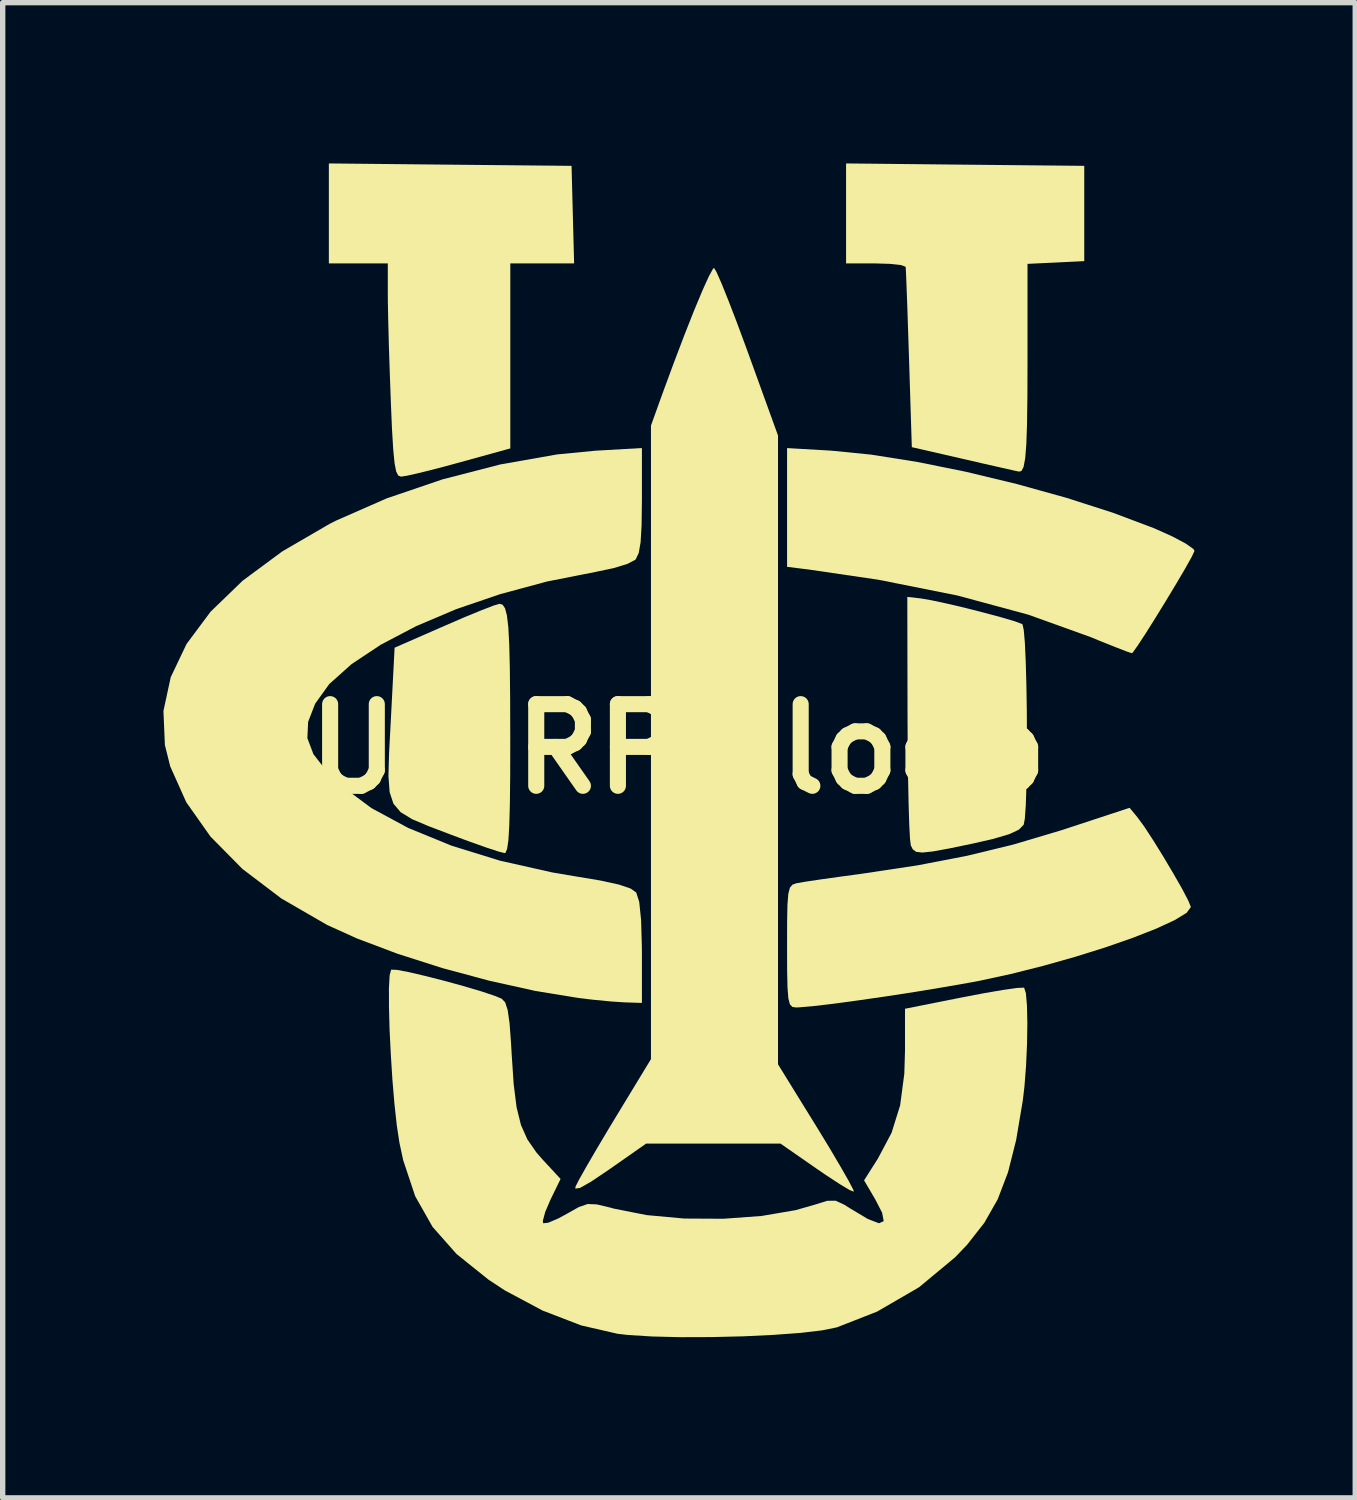
<source format=kicad_pcb>
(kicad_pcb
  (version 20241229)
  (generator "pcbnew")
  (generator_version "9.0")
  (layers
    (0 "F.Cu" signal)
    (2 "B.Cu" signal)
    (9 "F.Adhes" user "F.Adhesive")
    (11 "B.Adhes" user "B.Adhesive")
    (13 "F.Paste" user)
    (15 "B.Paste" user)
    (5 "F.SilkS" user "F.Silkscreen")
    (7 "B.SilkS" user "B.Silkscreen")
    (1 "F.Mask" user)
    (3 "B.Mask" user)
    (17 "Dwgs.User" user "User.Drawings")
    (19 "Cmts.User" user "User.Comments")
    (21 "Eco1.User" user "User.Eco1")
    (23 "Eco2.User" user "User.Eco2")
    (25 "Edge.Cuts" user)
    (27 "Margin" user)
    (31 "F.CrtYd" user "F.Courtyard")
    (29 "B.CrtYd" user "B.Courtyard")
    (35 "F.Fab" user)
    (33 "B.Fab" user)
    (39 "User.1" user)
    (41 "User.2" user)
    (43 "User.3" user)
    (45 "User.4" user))
  (footprint "UCIRP-logo"
    (layer "F.Cu")
    (at 9.606 10.925)
    (property "Reference" "UCIRP-logo" (at 0 0 0) (layer "F.SilkS") (effects (font (size 1.524 1.524) (thickness 0.3))))
    (attr board_only exclude_from_pos_files exclude_from_bom)
    (fp_poly (pts (xy -4.255 -10.902) (xy -1.99 -10.88) (xy -1.966 -9.97) (xy -1.942 -9.059) (xy -3.133 -9.059) (xy -3.133 -5.607) (xy -4.085 -5.344) (xy -4.474 -5.239) (xy -4.811 -5.154) (xy -5.058 -5.098) (xy -5.173 -5.08) (xy -5.224 -5.1) (xy -5.263 -5.177) (xy -5.293 -5.333) (xy -5.318 -5.59) (xy -5.341 -5.971) (xy -5.363 -6.491) (xy -5.382 -7.015) (xy -5.399 -7.53) (xy -5.411 -7.989) (xy -5.418 -8.348) (xy -5.419 -8.48) (xy -5.419 -9.059) (xy -6.519 -9.059) (xy -6.519 -10.925)) (stroke (width 0) (type solid)) (fill yes) (layer "F.SilkS"))
    (fp_poly (pts (xy 5.355 -10.902) (xy 7.578 -10.88) (xy 7.578 -9.102) (xy 7.048 -9.076) (xy 6.519 -9.051) (xy 6.519 -7.242) (xy 6.517 -6.576) (xy 6.51 -6.063) (xy 6.497 -5.685) (xy 6.476 -5.424) (xy 6.446 -5.263) (xy 6.406 -5.186) (xy 6.362 -5.174) (xy 6.263 -5.195) (xy 6.033 -5.247) (xy 5.707 -5.321) (xy 5.334 -5.407) (xy 4.36 -5.63) (xy 4.308 -7.281) (xy 4.291 -7.794) (xy 4.276 -8.249) (xy 4.262 -8.618) (xy 4.252 -8.875) (xy 4.245 -8.993) (xy 4.245 -8.996) (xy 4.161 -9.028) (xy 3.954 -9.051) (xy 3.683 -9.059) (xy 3.133 -9.059) (xy 3.133 -10.925)) (stroke (width 0) (type solid)) (fill yes) (layer "F.SilkS"))
    (fp_poly (pts (xy 2.857 -5.565) (xy 3.6 -5.491) (xy 4.453 -5.356) (xy 5.374 -5.17) (xy 6.32 -4.942) (xy 7.248 -4.684) (xy 8.116 -4.405) (xy 8.881 -4.117) (xy 8.915 -4.102) (xy 9.233 -3.959) (xy 9.477 -3.828) (xy 9.616 -3.729) (xy 9.635 -3.693) (xy 9.582 -3.581) (xy 9.463 -3.368) (xy 9.297 -3.086) (xy 9.106 -2.769) (xy 8.909 -2.449) (xy 8.727 -2.159) (xy 8.579 -1.933) (xy 8.487 -1.803) (xy 8.467 -1.785) (xy 8.375 -1.815) (xy 8.164 -1.897) (xy 7.871 -2.014) (xy 7.705 -2.083) (xy 6.534 -2.504) (xy 5.21 -2.862) (xy 3.736 -3.156) (xy 2.434 -3.347) (xy 2.032 -3.397) (xy 2.032 -5.613)) (stroke (width 0) (type solid)) (fill yes) (layer "F.SilkS"))
    (fp_poly (pts (xy -3.276 -2.69) (xy -3.231 -2.623) (xy -3.196 -2.489) (xy -3.17 -2.272) (xy -3.153 -1.955) (xy -3.142 -1.52) (xy -3.136 -0.95) (xy -3.134 -0.23) (xy -3.134 -0.191) (xy -3.135 0.497) (xy -3.141 1.031) (xy -3.152 1.427) (xy -3.168 1.7) (xy -3.192 1.865) (xy -3.222 1.938) (xy -3.239 1.945) (xy -3.357 1.915) (xy -3.596 1.836) (xy -3.92 1.721) (xy -4.233 1.604) (xy -4.654 1.444) (xy -4.964 1.313) (xy -5.179 1.182) (xy -5.314 1.023) (xy -5.385 0.807) (xy -5.407 0.507) (xy -5.396 0.095) (xy -5.367 -0.458) (xy -5.366 -0.47) (xy -5.292 -1.888) (xy -4.36 -2.296) (xy -3.99 -2.456) (xy -3.673 -2.586) (xy -3.442 -2.675) (xy -3.333 -2.707)) (stroke (width 0) (type solid)) (fill yes) (layer "F.SilkS"))
    (fp_poly (pts (xy 4.53 -2.807) (xy 4.731 -2.772) (xy 5.024 -2.709) (xy 5.368 -2.628) (xy 5.72 -2.538) (xy 6.04 -2.452) (xy 6.286 -2.379) (xy 6.416 -2.33) (xy 6.425 -2.324) (xy 6.449 -2.218) (xy 6.47 -1.974) (xy 6.486 -1.621) (xy 6.498 -1.191) (xy 6.506 -0.714) (xy 6.508 -0.221) (xy 6.506 0.258) (xy 6.499 0.692) (xy 6.487 1.05) (xy 6.469 1.303) (xy 6.448 1.415) (xy 6.359 1.507) (xy 6.181 1.591) (xy 5.887 1.678) (xy 5.504 1.766) (xy 5.061 1.858) (xy 4.755 1.914) (xy 4.558 1.935) (xy 4.442 1.922) (xy 4.378 1.875) (xy 4.341 1.801) (xy 4.326 1.679) (xy 4.312 1.413) (xy 4.3 1.025) (xy 4.29 0.539) (xy 4.283 -0.02) (xy 4.28 -0.591) (xy 4.276 -2.836)) (stroke (width 0) (type solid)) (fill yes) (layer "F.SilkS"))
    (fp_poly (pts (xy 0.715 -8.899) (xy 0.808 -8.688) (xy 0.938 -8.365) (xy 1.096 -7.955) (xy 1.271 -7.482) (xy 1.297 -7.411) (xy 1.863 -5.847) (xy 1.863 5.887) (xy 2.587 7.059) (xy 2.828 7.454) (xy 3.03 7.797) (xy 3.181 8.061) (xy 3.266 8.224) (xy 3.279 8.264) (xy 3.2 8.233) (xy 3.016 8.123) (xy 2.756 7.953) (xy 2.578 7.831) (xy 1.909 7.366) (xy -0.598 7.366) (xy -1.289 7.85) (xy -1.623 8.075) (xy -1.831 8.193) (xy -1.919 8.207) (xy -1.917 8.171) (xy -1.852 8.043) (xy -1.716 7.801) (xy -1.526 7.475) (xy -1.299 7.093) (xy -1.181 6.898) (xy -0.508 5.79) (xy -0.508 -6.033) (xy -0.291 -6.636) (xy -0.084 -7.197) (xy 0.114 -7.718) (xy 0.295 -8.176) (xy 0.451 -8.55) (xy 0.573 -8.819) (xy 0.65 -8.959) (xy 0.668 -8.975)) (stroke (width 0) (type solid)) (fill yes) (layer "F.SilkS"))
    (fp_poly (pts (xy 8.572 1.279) (xy 8.696 1.448) (xy 8.862 1.702) (xy 9.05 2.005) (xy 9.236 2.318) (xy 9.4 2.604) (xy 9.517 2.827) (xy 9.567 2.948) (xy 9.567 2.952) (xy 9.489 3.059) (xy 9.267 3.195) (xy 8.926 3.353) (xy 8.487 3.525) (xy 7.974 3.704) (xy 7.408 3.881) (xy 6.813 4.049) (xy 6.21 4.201) (xy 5.623 4.328) (xy 5.476 4.356) (xy 4.981 4.443) (xy 4.442 4.532) (xy 3.893 4.617) (xy 3.365 4.693) (xy 2.894 4.757) (xy 2.512 4.802) (xy 2.252 4.824) (xy 2.197 4.826) (xy 2.131 4.816) (xy 2.085 4.768) (xy 2.056 4.657) (xy 2.04 4.455) (xy 2.033 4.135) (xy 2.032 3.685) (xy 2.033 3.226) (xy 2.039 2.909) (xy 2.055 2.706) (xy 2.085 2.59) (xy 2.133 2.534) (xy 2.204 2.508) (xy 2.223 2.505) (xy 2.379 2.478) (xy 2.663 2.436) (xy 3.032 2.384) (xy 3.429 2.33) (xy 4.465 2.174) (xy 5.389 1.996) (xy 6.26 1.784) (xy 7.136 1.523) (xy 7.281 1.476) (xy 8.424 1.1)) (stroke (width 0) (type solid)) (fill yes) (layer "F.SilkS"))
    (fp_poly (pts (xy -0.677 -4.633) (xy -0.683 -4.175) (xy -0.701 -3.858) (xy -0.736 -3.656) (xy -0.79 -3.542) (xy -0.802 -3.528) (xy -0.945 -3.453) (xy -1.201 -3.374) (xy -1.519 -3.307) (xy -1.543 -3.302) (xy -2.448 -3.123) (xy -3.32 -2.888) (xy -4.141 -2.608) (xy -4.89 -2.29) (xy -5.548 -1.945) (xy -6.095 -1.582) (xy -6.512 -1.209) (xy -6.775 -0.843) (xy -6.906 -0.504) (xy -6.92 -0.2) (xy -6.807 0.099) (xy -6.558 0.42) (xy -6.27 0.699) (xy -5.725 1.105) (xy -5.036 1.477) (xy -4.227 1.808) (xy -3.324 2.087) (xy -2.35 2.306) (xy -1.949 2.374) (xy -1.452 2.457) (xy -1.104 2.533) (xy -0.887 2.607) (xy -0.783 2.681) (xy -0.727 2.856) (xy -0.692 3.196) (xy -0.678 3.697) (xy -0.677 3.784) (xy -0.677 4.741) (xy -0.995 4.731) (xy -1.253 4.714) (xy -1.594 4.681) (xy -1.863 4.649) (xy -2.663 4.518) (xy -3.524 4.327) (xy -4.398 4.092) (xy -5.237 3.824) (xy -5.995 3.538) (xy -6.55 3.287) (xy -7.404 2.793) (xy -8.133 2.24) (xy -8.728 1.637) (xy -9.18 0.996) (xy -9.479 0.328) (xy -9.579 -0.073) (xy -9.606 -0.707) (xy -9.47 -1.337) (xy -9.175 -1.957) (xy -8.726 -2.56) (xy -8.128 -3.138) (xy -7.387 -3.686) (xy -6.508 -4.197) (xy -6.386 -4.259) (xy -5.441 -4.674) (xy -4.399 -5.029) (xy -3.318 -5.308) (xy -2.258 -5.495) (xy -1.545 -5.564) (xy -0.677 -5.614)) (stroke (width 0) (type solid)) (fill yes) (layer "F.SilkS"))
    (fp_poly (pts (xy -5.251 4.124) (xy -5.023 4.167) (xy -4.712 4.24) (xy -4.356 4.331) (xy -3.995 4.43) (xy -3.668 4.527) (xy -3.415 4.612) (xy -3.293 4.663) (xy -3.229 4.73) (xy -3.182 4.873) (xy -3.147 5.119) (xy -3.119 5.496) (xy -3.108 5.69) (xy -3.07 6.256) (xy -3.016 6.687) (xy -2.934 7.02) (xy -2.814 7.289) (xy -2.647 7.53) (xy -2.531 7.663) (xy -2.195 8.026) (xy -2.384 8.414) (xy -2.482 8.644) (xy -2.526 8.808) (xy -2.52 8.853) (xy -2.425 8.843) (xy -2.235 8.762) (xy -2.077 8.676) (xy -1.853 8.55) (xy -1.69 8.494) (xy -1.518 8.501) (xy -1.266 8.561) (xy -1.203 8.579) (xy -0.587 8.701) (xy 0.113 8.765) (xy 0.845 8.769) (xy 1.556 8.717) (xy 2.193 8.608) (xy 2.546 8.507) (xy 2.78 8.434) (xy 2.938 8.432) (xy 3.104 8.509) (xy 3.211 8.577) (xy 3.539 8.773) (xy 3.747 8.853) (xy 3.835 8.814) (xy 3.806 8.657) (xy 3.682 8.415) (xy 3.469 8.052) (xy 3.727 7.646) (xy 3.982 7.165) (xy 4.142 6.653) (xy 4.22 6.062) (xy 4.233 5.627) (xy 4.233 4.85) (xy 5.313 4.635) (xy 5.721 4.557) (xy 6.069 4.498) (xy 6.323 4.462) (xy 6.449 4.456) (xy 6.456 4.458) (xy 6.489 4.561) (xy 6.509 4.795) (xy 6.516 5.124) (xy 6.51 5.508) (xy 6.492 5.912) (xy 6.462 6.298) (xy 6.431 6.562) (xy 6.307 7.299) (xy 6.155 7.902) (xy 5.963 8.405) (xy 5.714 8.843) (xy 5.395 9.25) (xy 5.17 9.486) (xy 4.495 10.047) (xy 3.713 10.501) (xy 2.963 10.795) (xy 2.69 10.851) (xy 2.284 10.899) (xy 1.78 10.936) (xy 1.215 10.963) (xy 0.626 10.977) (xy 0.047 10.979) (xy -0.484 10.966) (xy -0.933 10.938) (xy -1.129 10.916) (xy -1.812 10.759) (xy -2.533 10.481) (xy -3.238 10.104) (xy -3.542 9.904) (xy -4.136 9.427) (xy -4.584 8.92) (xy -4.908 8.348) (xy -5.132 7.676) (xy -5.203 7.344) (xy -5.251 7.027) (xy -5.295 6.626) (xy -5.333 6.174) (xy -5.363 5.7) (xy -5.386 5.237) (xy -5.397 4.817) (xy -5.398 4.469) (xy -5.385 4.227) (xy -5.357 4.121) (xy -5.356 4.12)) (stroke (width 0) (type solid)) (fill yes) (layer "F.SilkS")))
  (gr_rect
    (start -3 -3)
    (end 22.241 24.903)
    (stroke (width 0.1) (type default))
    (fill no)
    (layer "Edge.Cuts")))
</source>
